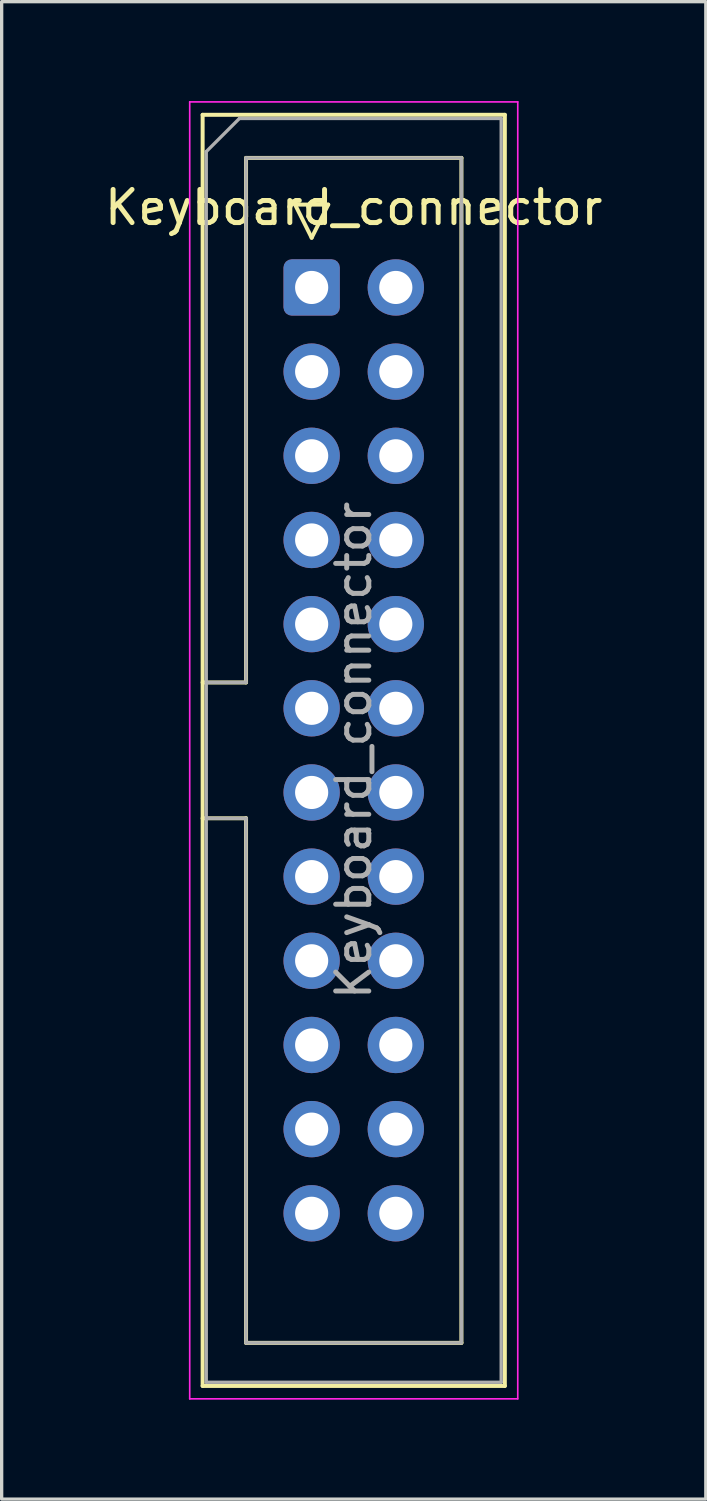
<source format=kicad_pcb>
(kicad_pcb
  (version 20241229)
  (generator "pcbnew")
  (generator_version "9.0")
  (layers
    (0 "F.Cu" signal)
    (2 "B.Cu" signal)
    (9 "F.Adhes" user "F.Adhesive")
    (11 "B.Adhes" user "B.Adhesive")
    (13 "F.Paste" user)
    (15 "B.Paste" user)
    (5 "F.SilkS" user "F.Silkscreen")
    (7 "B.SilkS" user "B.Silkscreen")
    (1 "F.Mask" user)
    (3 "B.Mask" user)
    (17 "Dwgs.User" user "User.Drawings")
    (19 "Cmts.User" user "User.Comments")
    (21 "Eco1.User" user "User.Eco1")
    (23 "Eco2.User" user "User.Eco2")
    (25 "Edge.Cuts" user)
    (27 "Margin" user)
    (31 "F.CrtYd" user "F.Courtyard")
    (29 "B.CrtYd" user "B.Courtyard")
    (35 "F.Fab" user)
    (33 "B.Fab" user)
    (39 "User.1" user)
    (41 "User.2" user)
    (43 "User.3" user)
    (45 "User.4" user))
  (footprint "Keyboard_connector"
    (layer "F.Cu")
    (at 6.355 5.625)
    (property "Reference" "Keyboard_connector" (at 1.27 -2.413 0) (layer "F.SilkS") (effects (font (size 1 1) (thickness 0.15))))
    (attr through_hole)
    (fp_line (start -3.29 -5.21) (end 5.83 -5.21) (stroke (width 0.12) (type solid)) (layer "F.SilkS"))
    (fp_line (start -3.29 11.92) (end -1.98 11.92) (stroke (width 0.12) (type solid)) (layer "F.SilkS"))
    (fp_line (start -3.29 33.15) (end -3.29 -5.21) (stroke (width 0.12) (type solid)) (layer "F.SilkS"))
    (fp_line (start -1.98 -3.91) (end 4.52 -3.91) (stroke (width 0.12) (type solid)) (layer "F.SilkS"))
    (fp_line (start -1.98 11.92) (end -1.98 -3.91) (stroke (width 0.12) (type solid)) (layer "F.SilkS"))
    (fp_line (start -1.98 16.02) (end -3.29 16.02) (stroke (width 0.12) (type solid)) (layer "F.SilkS"))
    (fp_line (start -1.98 16.02) (end -1.98 16.02) (stroke (width 0.12) (type solid)) (layer "F.SilkS"))
    (fp_line (start -1.98 31.85) (end -1.98 16.02) (stroke (width 0.12) (type solid)) (layer "F.SilkS"))
    (fp_line (start -0.5 -2.5) (end 0 -1.5) (stroke (width 0.12) (type solid)) (layer "F.SilkS"))
    (fp_line (start 0 -1.5) (end 0.5 -2.5) (stroke (width 0.12) (type solid)) (layer "F.SilkS"))
    (fp_line (start 0.5 -2.5) (end -0.5 -2.5) (stroke (width 0.12) (type solid)) (layer "F.SilkS"))
    (fp_line (start 4.52 -3.91) (end 4.52 31.85) (stroke (width 0.12) (type solid)) (layer "F.SilkS"))
    (fp_line (start 4.52 31.85) (end -1.98 31.85) (stroke (width 0.12) (type solid)) (layer "F.SilkS"))
    (fp_line (start 5.83 -5.21) (end 5.83 33.15) (stroke (width 0.12) (type solid)) (layer "F.SilkS"))
    (fp_line (start 5.83 33.15) (end -3.29 33.15) (stroke (width 0.12) (type solid)) (layer "F.SilkS"))
    (fp_line (start -3.68 -5.6) (end -3.68 33.54) (stroke (width 0.05) (type solid)) (layer "F.CrtYd"))
    (fp_line (start -3.68 33.54) (end 6.22 33.54) (stroke (width 0.05) (type solid)) (layer "F.CrtYd"))
    (fp_line (start 6.22 -5.6) (end -3.68 -5.6) (stroke (width 0.05) (type solid)) (layer "F.CrtYd"))
    (fp_line (start 6.22 33.54) (end 6.22 -5.6) (stroke (width 0.05) (type solid)) (layer "F.CrtYd"))
    (fp_line (start -3.18 -4.1) (end -2.18 -5.1) (stroke (width 0.1) (type solid)) (layer "F.Fab"))
    (fp_line (start -3.18 11.92) (end -1.98 11.92) (stroke (width 0.1) (type solid)) (layer "F.Fab"))
    (fp_line (start -3.18 33.04) (end -3.18 -4.1) (stroke (width 0.1) (type solid)) (layer "F.Fab"))
    (fp_line (start -2.18 -5.1) (end 5.72 -5.1) (stroke (width 0.1) (type solid)) (layer "F.Fab"))
    (fp_line (start -1.98 -3.91) (end 4.52 -3.91) (stroke (width 0.1) (type solid)) (layer "F.Fab"))
    (fp_line (start -1.98 11.92) (end -1.98 -3.91) (stroke (width 0.1) (type solid)) (layer "F.Fab"))
    (fp_line (start -1.98 16.02) (end -3.18 16.02) (stroke (width 0.1) (type solid)) (layer "F.Fab"))
    (fp_line (start -1.98 16.02) (end -1.98 16.02) (stroke (width 0.1) (type solid)) (layer "F.Fab"))
    (fp_line (start -1.98 31.85) (end -1.98 16.02) (stroke (width 0.1) (type solid)) (layer "F.Fab"))
    (fp_line (start 4.52 -3.91) (end 4.52 31.85) (stroke (width 0.1) (type solid)) (layer "F.Fab"))
    (fp_line (start 4.52 31.85) (end -1.98 31.85) (stroke (width 0.1) (type solid)) (layer "F.Fab"))
    (fp_line (start 5.72 -5.1) (end 5.72 33.04) (stroke (width 0.1) (type solid)) (layer "F.Fab"))
    (fp_line (start 5.72 33.04) (end -3.18 33.04) (stroke (width 0.1) (type solid)) (layer "F.Fab"))
    (fp_text user "${REFERENCE}" (at 1.27 13.97 270) (layer "F.Fab") (effects (font (size 1 1) (thickness 0.15))))
    (pad "1" thru_hole roundrect (at 0 0) (size 1.7 1.7) (drill 1) (layers "*.Cu" "*.Mask") (roundrect_rratio 0.147))
    (pad "2" thru_hole circle (at 2.54 0) (size 1.7 1.7) (drill 1) (layers "*.Cu" "*.Mask"))
    (pad "3" thru_hole circle (at 0 2.54) (size 1.7 1.7) (drill 1) (layers "*.Cu" "*.Mask"))
    (pad "4" thru_hole circle (at 2.54 2.54) (size 1.7 1.7) (drill 1) (layers "*.Cu" "*.Mask"))
    (pad "5" thru_hole circle (at 0 5.08) (size 1.7 1.7) (drill 1) (layers "*.Cu" "*.Mask"))
    (pad "6" thru_hole circle (at 2.54 5.08) (size 1.7 1.7) (drill 1) (layers "*.Cu" "*.Mask"))
    (pad "7" thru_hole circle (at 0 7.62) (size 1.7 1.7) (drill 1) (layers "*.Cu" "*.Mask"))
    (pad "8" thru_hole circle (at 2.54 7.62) (size 1.7 1.7) (drill 1) (layers "*.Cu" "*.Mask"))
    (pad "9" thru_hole circle (at 0 10.16) (size 1.7 1.7) (drill 1) (layers "*.Cu" "*.Mask"))
    (pad "10" thru_hole circle (at 2.54 10.16) (size 1.7 1.7) (drill 1) (layers "*.Cu" "*.Mask"))
    (pad "11" thru_hole circle (at 0 12.7) (size 1.7 1.7) (drill 1) (layers "*.Cu" "*.Mask"))
    (pad "12" thru_hole circle (at 2.54 12.7) (size 1.7 1.7) (drill 1) (layers "*.Cu" "*.Mask"))
    (pad "13" thru_hole circle (at 0 15.24) (size 1.7 1.7) (drill 1) (layers "*.Cu" "*.Mask"))
    (pad "14" thru_hole circle (at 2.54 15.24) (size 1.7 1.7) (drill 1) (layers "*.Cu" "*.Mask"))
    (pad "15" thru_hole circle (at 0 17.78) (size 1.7 1.7) (drill 1) (layers "*.Cu" "*.Mask"))
    (pad "16" thru_hole circle (at 2.54 17.78) (size 1.7 1.7) (drill 1) (layers "*.Cu" "*.Mask"))
    (pad "17" thru_hole circle (at 0 20.32) (size 1.7 1.7) (drill 1) (layers "*.Cu" "*.Mask"))
    (pad "18" thru_hole circle (at 2.54 20.32) (size 1.7 1.7) (drill 1) (layers "*.Cu" "*.Mask"))
    (pad "19" thru_hole circle (at 0 22.86) (size 1.7 1.7) (drill 1) (layers "*.Cu" "*.Mask"))
    (pad "20" thru_hole circle (at 2.54 22.86) (size 1.7 1.7) (drill 1) (layers "*.Cu" "*.Mask"))
    (pad "21" thru_hole circle (at 0 25.4) (size 1.7 1.7) (drill 1) (layers "*.Cu" "*.Mask"))
    (pad "22" thru_hole circle (at 2.54 25.4) (size 1.7 1.7) (drill 1) (layers "*.Cu" "*.Mask"))
    (pad "23" thru_hole circle (at 0 27.94) (size 1.7 1.7) (drill 1) (layers "*.Cu" "*.Mask"))
    (pad "24" thru_hole circle (at 2.54 27.94) (size 1.7 1.7) (drill 1) (layers "*.Cu" "*.Mask")))
  (gr_rect
    (start -3 -3)
    (end 18.25 42.19)
    (stroke (width 0.1) (type default))
    (fill no)
    (layer "Edge.Cuts")))
</source>
